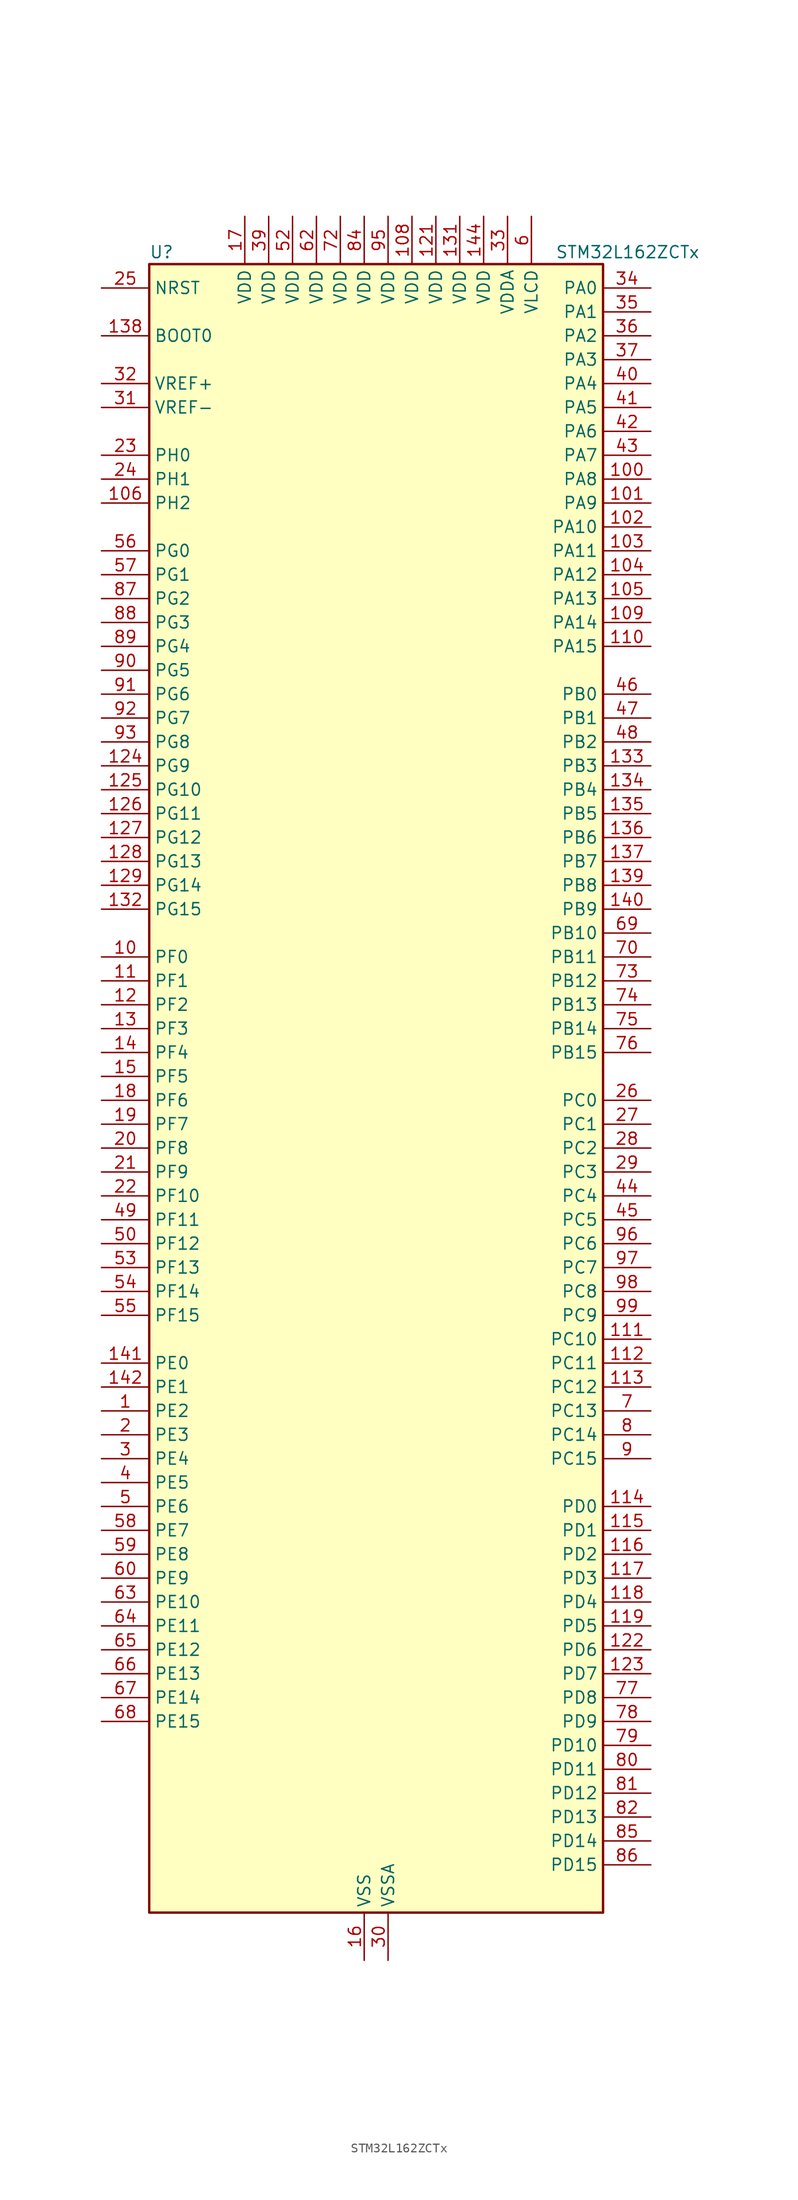
<source format=kicad_sym>
(kicad_symbol_lib
  (version 20231120)
  (generator "kicad_symbol_editor")
  (generator_version "8.0")
  (symbol "STM32L162ZCTx"
    (property "Reference" "U"
      (at -22.86 90.17 0)
      (effects (font (size 1.27 1.27)) (justify left)))
    (property "Value" "STM32L162ZCTx"
      (at 20.32 90.17 0)
      (effects (font (size 1.27 1.27)) (justify left)))
    (property "ki_locked" ""
      (at 0 0 0)
      (effects (font (size 1.27 1.27))))
    (symbol "STM32L162ZCTx_0_1"
      (rectangle (start -22.86 -86.36) (end 25.4 88.9) (stroke (width 0.254) (type default)) (fill (type background))))
    (symbol "STM32L162ZCTx_1_1"
      (pin bidirectional line (at -27.94 -33.02 0) (length 5.08) (name "PE2" (effects (font (size 1.27 1.27)))) (number "1" (effects (font (size 1.27 1.27)))) (alternate "LCD_SEG38" bidirectional line) (alternate "SYS_TRACECK" bidirectional line) (alternate "TIM3_ETR" bidirectional line) (alternate "TIMX_IC3" bidirectional line))
      (pin bidirectional line (at -27.94 15.24 0) (length 5.08) (name "PF0" (effects (font (size 1.27 1.27)))) (number "10" (effects (font (size 1.27 1.27)))))
      (pin bidirectional line (at 30.48 66.04 180) (length 5.08) (name "PA8" (effects (font (size 1.27 1.27)))) (number "100" (effects (font (size 1.27 1.27)))) (alternate "LCD_COM0" bidirectional line) (alternate "RCC_MCO" bidirectional line) (alternate "TIMX_IC1" bidirectional line) (alternate "TS_G4_IO1" bidirectional line) (alternate "USART1_CK" bidirectional line))
      (pin bidirectional line (at 30.48 63.5 180) (length 5.08) (name "PA9" (effects (font (size 1.27 1.27)))) (number "101" (effects (font (size 1.27 1.27)))) (alternate "DAC_EXTI9" bidirectional line) (alternate "LCD_COM1" bidirectional line) (alternate "TIMX_IC2" bidirectional line) (alternate "TS_G4_IO2" bidirectional line) (alternate "USART1_TX" bidirectional line))
      (pin bidirectional line (at 30.48 60.96 180) (length 5.08) (name "PA10" (effects (font (size 1.27 1.27)))) (number "102" (effects (font (size 1.27 1.27)))) (alternate "LCD_COM2" bidirectional line) (alternate "TIMX_IC3" bidirectional line) (alternate "TS_G4_IO3" bidirectional line) (alternate "USART1_RX" bidirectional line))
      (pin bidirectional line (at 30.48 58.42 180) (length 5.08) (name "PA11" (effects (font (size 1.27 1.27)))) (number "103" (effects (font (size 1.27 1.27)))) (alternate "ADC_EXTI11" bidirectional line) (alternate "SPI1_MISO" bidirectional line) (alternate "TIMX_IC4" bidirectional line) (alternate "USART1_CTS" bidirectional line) (alternate "USB_DM" bidirectional line))
      (pin bidirectional line (at 30.48 55.88 180) (length 5.08) (name "PA12" (effects (font (size 1.27 1.27)))) (number "104" (effects (font (size 1.27 1.27)))) (alternate "SPI1_MOSI" bidirectional line) (alternate "TIMX_IC1" bidirectional line) (alternate "USART1_RTS" bidirectional line) (alternate "USB_DP" bidirectional line))
      (pin bidirectional line (at 30.48 53.34 180) (length 5.08) (name "PA13" (effects (font (size 1.27 1.27)))) (number "105" (effects (font (size 1.27 1.27)))) (alternate "SYS_JTMS-SWDIO" bidirectional line) (alternate "TIMX_IC2" bidirectional line) (alternate "TS_G5_IO1" bidirectional line))
      (pin bidirectional line (at -27.94 63.5 0) (length 5.08) (name "PH2" (effects (font (size 1.27 1.27)))) (number "106" (effects (font (size 1.27 1.27)))))
      (pin passive line (at 0 -91.44 90) (length 5.08) hide (name "VSS" (effects (font (size 1.27 1.27)))) (number "107" (effects (font (size 1.27 1.27)))))
      (pin power_in line (at 5.08 93.98 270) (length 5.08) (name "VDD" (effects (font (size 1.27 1.27)))) (number "108" (effects (font (size 1.27 1.27)))))
      (pin bidirectional line (at 30.48 50.8 180) (length 5.08) (name "PA14" (effects (font (size 1.27 1.27)))) (number "109" (effects (font (size 1.27 1.27)))) (alternate "SYS_JTCK-SWCLK" bidirectional line) (alternate "TIMX_IC3" bidirectional line) (alternate "TS_G5_IO2" bidirectional line))
      (pin bidirectional line (at -27.94 12.7 0) (length 5.08) (name "PF1" (effects (font (size 1.27 1.27)))) (number "11" (effects (font (size 1.27 1.27)))))
      (pin bidirectional line (at 30.48 48.26 180) (length 5.08) (name "PA15" (effects (font (size 1.27 1.27)))) (number "110" (effects (font (size 1.27 1.27)))) (alternate "ADC_EXTI15" bidirectional line) (alternate "I2S3_WS" bidirectional line) (alternate "LCD_SEG17" bidirectional line) (alternate "SPI1_NSS" bidirectional line) (alternate "SPI3_NSS" bidirectional line) (alternate "SYS_JTDI" bidirectional line) (alternate "TIM2_CH1" bidirectional line) (alternate "TIM2_ETR" bidirectional line) (alternate "TIMX_IC4" bidirectional line) (alternate "TS_G5_IO3" bidirectional line))
      (pin bidirectional line (at 30.48 -25.4 180) (length 5.08) (name "PC10" (effects (font (size 1.27 1.27)))) (number "111" (effects (font (size 1.27 1.27)))) (alternate "I2S3_CK" bidirectional line) (alternate "LCD_COM4" bidirectional line) (alternate "LCD_SEG28" bidirectional line) (alternate "LCD_SEG40" bidirectional line) (alternate "SPI3_SCK" bidirectional line) (alternate "TIMX_IC3" bidirectional line) (alternate "USART3_TX" bidirectional line))
      (pin bidirectional line (at 30.48 -27.94 180) (length 5.08) (name "PC11" (effects (font (size 1.27 1.27)))) (number "112" (effects (font (size 1.27 1.27)))) (alternate "ADC_EXTI11" bidirectional line) (alternate "LCD_COM5" bidirectional line) (alternate "LCD_SEG29" bidirectional line) (alternate "LCD_SEG41" bidirectional line) (alternate "SPI3_MISO" bidirectional line) (alternate "TIMX_IC4" bidirectional line) (alternate "USART3_RX" bidirectional line))
      (pin bidirectional line (at 30.48 -30.48 180) (length 5.08) (name "PC12" (effects (font (size 1.27 1.27)))) (number "113" (effects (font (size 1.27 1.27)))) (alternate "I2S3_SD" bidirectional line) (alternate "LCD_COM6" bidirectional line) (alternate "LCD_SEG30" bidirectional line) (alternate "LCD_SEG42" bidirectional line) (alternate "SPI3_MOSI" bidirectional line) (alternate "TIMX_IC1" bidirectional line) (alternate "USART3_CK" bidirectional line))
      (pin bidirectional line (at 30.48 -43.18 180) (length 5.08) (name "PD0" (effects (font (size 1.27 1.27)))) (number "114" (effects (font (size 1.27 1.27)))) (alternate "I2S2_WS" bidirectional line) (alternate "SPI2_NSS" bidirectional line) (alternate "TIM9_CH1" bidirectional line) (alternate "TIMX_IC1" bidirectional line))
      (pin bidirectional line (at 30.48 -45.72 180) (length 5.08) (name "PD1" (effects (font (size 1.27 1.27)))) (number "115" (effects (font (size 1.27 1.27)))) (alternate "I2S2_CK" bidirectional line) (alternate "SPI2_SCK" bidirectional line) (alternate "TIMX_IC2" bidirectional line))
      (pin bidirectional line (at 30.48 -48.26 180) (length 5.08) (name "PD2" (effects (font (size 1.27 1.27)))) (number "116" (effects (font (size 1.27 1.27)))) (alternate "LCD_COM7" bidirectional line) (alternate "LCD_SEG31" bidirectional line) (alternate "LCD_SEG43" bidirectional line) (alternate "TIM3_ETR" bidirectional line) (alternate "TIMX_IC3" bidirectional line))
      (pin bidirectional line (at 30.48 -50.8 180) (length 5.08) (name "PD3" (effects (font (size 1.27 1.27)))) (number "117" (effects (font (size 1.27 1.27)))) (alternate "SPI2_MISO" bidirectional line) (alternate "TIMX_IC4" bidirectional line) (alternate "USART2_CTS" bidirectional line))
      (pin bidirectional line (at 30.48 -53.34 180) (length 5.08) (name "PD4" (effects (font (size 1.27 1.27)))) (number "118" (effects (font (size 1.27 1.27)))) (alternate "I2S2_SD" bidirectional line) (alternate "SPI2_MOSI" bidirectional line) (alternate "TIMX_IC1" bidirectional line) (alternate "USART2_RTS" bidirectional line))
      (pin bidirectional line (at 30.48 -55.88 180) (length 5.08) (name "PD5" (effects (font (size 1.27 1.27)))) (number "119" (effects (font (size 1.27 1.27)))) (alternate "TIMX_IC2" bidirectional line) (alternate "USART2_TX" bidirectional line))
      (pin bidirectional line (at -27.94 10.16 0) (length 5.08) (name "PF2" (effects (font (size 1.27 1.27)))) (number "12" (effects (font (size 1.27 1.27)))))
      (pin passive line (at 0 -91.44 90) (length 5.08) hide (name "VSS" (effects (font (size 1.27 1.27)))) (number "120" (effects (font (size 1.27 1.27)))))
      (pin power_in line (at 7.62 93.98 270) (length 5.08) (name "VDD" (effects (font (size 1.27 1.27)))) (number "121" (effects (font (size 1.27 1.27)))))
      (pin bidirectional line (at 30.48 -58.42 180) (length 5.08) (name "PD6" (effects (font (size 1.27 1.27)))) (number "122" (effects (font (size 1.27 1.27)))) (alternate "TIMX_IC3" bidirectional line) (alternate "USART2_RX" bidirectional line))
      (pin bidirectional line (at 30.48 -60.96 180) (length 5.08) (name "PD7" (effects (font (size 1.27 1.27)))) (number "123" (effects (font (size 1.27 1.27)))) (alternate "TIM9_CH2" bidirectional line) (alternate "TIMX_IC4" bidirectional line) (alternate "USART2_CK" bidirectional line))
      (pin bidirectional line (at -27.94 35.56 0) (length 5.08) (name "PG9" (effects (font (size 1.27 1.27)))) (number "124" (effects (font (size 1.27 1.27)))) (alternate "DAC_EXTI9" bidirectional line))
      (pin bidirectional line (at -27.94 33.02 0) (length 5.08) (name "PG10" (effects (font (size 1.27 1.27)))) (number "125" (effects (font (size 1.27 1.27)))))
      (pin bidirectional line (at -27.94 30.48 0) (length 5.08) (name "PG11" (effects (font (size 1.27 1.27)))) (number "126" (effects (font (size 1.27 1.27)))) (alternate "ADC_EXTI11" bidirectional line))
      (pin bidirectional line (at -27.94 27.94 0) (length 5.08) (name "PG12" (effects (font (size 1.27 1.27)))) (number "127" (effects (font (size 1.27 1.27)))))
      (pin bidirectional line (at -27.94 25.4 0) (length 5.08) (name "PG13" (effects (font (size 1.27 1.27)))) (number "128" (effects (font (size 1.27 1.27)))))
      (pin bidirectional line (at -27.94 22.86 0) (length 5.08) (name "PG14" (effects (font (size 1.27 1.27)))) (number "129" (effects (font (size 1.27 1.27)))))
      (pin bidirectional line (at -27.94 7.62 0) (length 5.08) (name "PF3" (effects (font (size 1.27 1.27)))) (number "13" (effects (font (size 1.27 1.27)))))
      (pin passive line (at 0 -91.44 90) (length 5.08) hide (name "VSS" (effects (font (size 1.27 1.27)))) (number "130" (effects (font (size 1.27 1.27)))))
      (pin power_in line (at 10.16 93.98 270) (length 5.08) (name "VDD" (effects (font (size 1.27 1.27)))) (number "131" (effects (font (size 1.27 1.27)))))
      (pin bidirectional line (at -27.94 20.32 0) (length 5.08) (name "PG15" (effects (font (size 1.27 1.27)))) (number "132" (effects (font (size 1.27 1.27)))) (alternate "ADC_EXTI15" bidirectional line))
      (pin bidirectional line (at 30.48 35.56 180) (length 5.08) (name "PB3" (effects (font (size 1.27 1.27)))) (number "133" (effects (font (size 1.27 1.27)))) (alternate "COMP2_INM" bidirectional line) (alternate "I2S3_CK" bidirectional line) (alternate "LCD_SEG7" bidirectional line) (alternate "SPI1_SCK" bidirectional line) (alternate "SPI3_SCK" bidirectional line) (alternate "SYS_JTDO-TRACESWO" bidirectional line) (alternate "TIM2_CH2" bidirectional line))
      (pin bidirectional line (at 30.48 33.02 180) (length 5.08) (name "PB4" (effects (font (size 1.27 1.27)))) (number "134" (effects (font (size 1.27 1.27)))) (alternate "COMP2_INP" bidirectional line) (alternate "LCD_SEG8" bidirectional line) (alternate "SPI1_MISO" bidirectional line) (alternate "SPI3_MISO" bidirectional line) (alternate "SYS_JTRST" bidirectional line) (alternate "TIM3_CH1" bidirectional line) (alternate "TS_G6_IO1" bidirectional line))
      (pin bidirectional line (at 30.48 30.48 180) (length 5.08) (name "PB5" (effects (font (size 1.27 1.27)))) (number "135" (effects (font (size 1.27 1.27)))) (alternate "COMP2_INP" bidirectional line) (alternate "I2C1_SMBA" bidirectional line) (alternate "I2S3_SD" bidirectional line) (alternate "LCD_SEG9" bidirectional line) (alternate "SPI1_MOSI" bidirectional line) (alternate "SPI3_MOSI" bidirectional line) (alternate "TIM3_CH2" bidirectional line) (alternate "TS_G6_IO2" bidirectional line))
      (pin bidirectional line (at 30.48 27.94 180) (length 5.08) (name "PB6" (effects (font (size 1.27 1.27)))) (number "136" (effects (font (size 1.27 1.27)))) (alternate "COMP2_INP" bidirectional line) (alternate "I2C1_SCL" bidirectional line) (alternate "TIM4_CH1" bidirectional line) (alternate "TS_G6_IO3" bidirectional line) (alternate "USART1_TX" bidirectional line))
      (pin bidirectional line (at 30.48 25.4 180) (length 5.08) (name "PB7" (effects (font (size 1.27 1.27)))) (number "137" (effects (font (size 1.27 1.27)))) (alternate "COMP2_INP" bidirectional line) (alternate "I2C1_SDA" bidirectional line) (alternate "SYS_PVD_IN" bidirectional line) (alternate "TIM4_CH2" bidirectional line) (alternate "TS_G6_IO4" bidirectional line) (alternate "USART1_RX" bidirectional line))
      (pin input line (at -27.94 81.28 0) (length 5.08) (name "BOOT0" (effects (font (size 1.27 1.27)))) (number "138" (effects (font (size 1.27 1.27)))))
      (pin bidirectional line (at 30.48 22.86 180) (length 5.08) (name "PB8" (effects (font (size 1.27 1.27)))) (number "139" (effects (font (size 1.27 1.27)))) (alternate "I2C1_SCL" bidirectional line) (alternate "LCD_SEG16" bidirectional line) (alternate "TIM10_CH1" bidirectional line) (alternate "TIM4_CH3" bidirectional line))
      (pin bidirectional line (at -27.94 5.08 0) (length 5.08) (name "PF4" (effects (font (size 1.27 1.27)))) (number "14" (effects (font (size 1.27 1.27)))))
      (pin bidirectional line (at 30.48 20.32 180) (length 5.08) (name "PB9" (effects (font (size 1.27 1.27)))) (number "140" (effects (font (size 1.27 1.27)))) (alternate "DAC_EXTI9" bidirectional line) (alternate "I2C1_SDA" bidirectional line) (alternate "LCD_COM3" bidirectional line) (alternate "TIM11_CH1" bidirectional line) (alternate "TIM4_CH4" bidirectional line))
      (pin bidirectional line (at -27.94 -27.94 0) (length 5.08) (name "PE0" (effects (font (size 1.27 1.27)))) (number "141" (effects (font (size 1.27 1.27)))) (alternate "LCD_SEG36" bidirectional line) (alternate "TIM10_CH1" bidirectional line) (alternate "TIM4_ETR" bidirectional line) (alternate "TIMX_IC1" bidirectional line))
      (pin bidirectional line (at -27.94 -30.48 0) (length 5.08) (name "PE1" (effects (font (size 1.27 1.27)))) (number "142" (effects (font (size 1.27 1.27)))) (alternate "LCD_SEG37" bidirectional line) (alternate "TIM11_CH1" bidirectional line) (alternate "TIMX_IC2" bidirectional line))
      (pin passive line (at 0 -91.44 90) (length 5.08) hide (name "VSS" (effects (font (size 1.27 1.27)))) (number "143" (effects (font (size 1.27 1.27)))))
      (pin power_in line (at 12.7 93.98 270) (length 5.08) (name "VDD" (effects (font (size 1.27 1.27)))) (number "144" (effects (font (size 1.27 1.27)))))
      (pin bidirectional line (at -27.94 2.54 0) (length 5.08) (name "PF5" (effects (font (size 1.27 1.27)))) (number "15" (effects (font (size 1.27 1.27)))))
      (pin power_in line (at 0 -91.44 90) (length 5.08) (name "VSS" (effects (font (size 1.27 1.27)))) (number "16" (effects (font (size 1.27 1.27)))))
      (pin power_in line (at -12.7 93.98 270) (length 5.08) (name "VDD" (effects (font (size 1.27 1.27)))) (number "17" (effects (font (size 1.27 1.27)))))
      (pin bidirectional line (at -27.94 0 0) (length 5.08) (name "PF6" (effects (font (size 1.27 1.27)))) (number "18" (effects (font (size 1.27 1.27)))) (alternate "ADC_IN27" bidirectional line) (alternate "TIM5_CH1" bidirectional line) (alternate "TIM5_ETR" bidirectional line) (alternate "TS_G11_IO1" bidirectional line))
      (pin bidirectional line (at -27.94 -2.54 0) (length 5.08) (name "PF7" (effects (font (size 1.27 1.27)))) (number "19" (effects (font (size 1.27 1.27)))) (alternate "ADC_IN28" bidirectional line) (alternate "COMP1_INP" bidirectional line) (alternate "TIM5_CH2" bidirectional line) (alternate "TS_G11_IO2" bidirectional line))
      (pin bidirectional line (at -27.94 -35.56 0) (length 5.08) (name "PE3" (effects (font (size 1.27 1.27)))) (number "2" (effects (font (size 1.27 1.27)))) (alternate "LCD_SEG39" bidirectional line) (alternate "SYS_TRACED0" bidirectional line) (alternate "TIM3_CH1" bidirectional line) (alternate "TIMX_IC4" bidirectional line))
      (pin bidirectional line (at -27.94 -5.08 0) (length 5.08) (name "PF8" (effects (font (size 1.27 1.27)))) (number "20" (effects (font (size 1.27 1.27)))) (alternate "ADC_IN29" bidirectional line) (alternate "COMP1_INP" bidirectional line) (alternate "TIM5_CH3" bidirectional line) (alternate "TS_G11_IO3" bidirectional line))
      (pin bidirectional line (at -27.94 -7.62 0) (length 5.08) (name "PF9" (effects (font (size 1.27 1.27)))) (number "21" (effects (font (size 1.27 1.27)))) (alternate "ADC_IN30" bidirectional line) (alternate "COMP1_INP" bidirectional line) (alternate "DAC_EXTI9" bidirectional line) (alternate "TIM5_CH4" bidirectional line) (alternate "TS_G11_IO4" bidirectional line))
      (pin bidirectional line (at -27.94 -10.16 0) (length 5.08) (name "PF10" (effects (font (size 1.27 1.27)))) (number "22" (effects (font (size 1.27 1.27)))) (alternate "ADC_IN31" bidirectional line) (alternate "COMP1_INP" bidirectional line) (alternate "TS_G11_IO5" bidirectional line))
      (pin bidirectional line (at -27.94 68.58 0) (length 5.08) (name "PH0" (effects (font (size 1.27 1.27)))) (number "23" (effects (font (size 1.27 1.27)))) (alternate "RCC_OSC_IN" bidirectional line))
      (pin bidirectional line (at -27.94 66.04 0) (length 5.08) (name "PH1" (effects (font (size 1.27 1.27)))) (number "24" (effects (font (size 1.27 1.27)))) (alternate "RCC_OSC_OUT" bidirectional line))
      (pin input line (at -27.94 86.36 0) (length 5.08) (name "NRST" (effects (font (size 1.27 1.27)))) (number "25" (effects (font (size 1.27 1.27)))))
      (pin bidirectional line (at 30.48 0 180) (length 5.08) (name "PC0" (effects (font (size 1.27 1.27)))) (number "26" (effects (font (size 1.27 1.27)))) (alternate "ADC_IN10" bidirectional line) (alternate "COMP1_INP" bidirectional line) (alternate "LCD_SEG18" bidirectional line) (alternate "TIMX_IC1" bidirectional line) (alternate "TS_G8_IO1" bidirectional line))
      (pin bidirectional line (at 30.48 -2.54 180) (length 5.08) (name "PC1" (effects (font (size 1.27 1.27)))) (number "27" (effects (font (size 1.27 1.27)))) (alternate "ADC_IN11" bidirectional line) (alternate "COMP1_INP" bidirectional line) (alternate "LCD_SEG19" bidirectional line) (alternate "TIMX_IC2" bidirectional line) (alternate "TS_G8_IO2" bidirectional line))
      (pin bidirectional line (at 30.48 -5.08 180) (length 5.08) (name "PC2" (effects (font (size 1.27 1.27)))) (number "28" (effects (font (size 1.27 1.27)))) (alternate "ADC_IN12" bidirectional line) (alternate "COMP1_INP" bidirectional line) (alternate "LCD_SEG20" bidirectional line) (alternate "TIMX_IC3" bidirectional line) (alternate "TS_G8_IO3" bidirectional line))
      (pin bidirectional line (at 30.48 -7.62 180) (length 5.08) (name "PC3" (effects (font (size 1.27 1.27)))) (number "29" (effects (font (size 1.27 1.27)))) (alternate "ADC_IN13" bidirectional line) (alternate "COMP1_INP" bidirectional line) (alternate "LCD_SEG21" bidirectional line) (alternate "TIMX_IC4" bidirectional line) (alternate "TS_G8_IO4" bidirectional line))
      (pin bidirectional line (at -27.94 -38.1 0) (length 5.08) (name "PE4" (effects (font (size 1.27 1.27)))) (number "3" (effects (font (size 1.27 1.27)))) (alternate "SYS_TRACED1" bidirectional line) (alternate "TIM3_CH2" bidirectional line) (alternate "TIMX_IC1" bidirectional line))
      (pin power_in line (at 2.54 -91.44 90) (length 5.08) (name "VSSA" (effects (font (size 1.27 1.27)))) (number "30" (effects (font (size 1.27 1.27)))))
      (pin input line (at -27.94 73.66 0) (length 5.08) (name "VREF-" (effects (font (size 1.27 1.27)))) (number "31" (effects (font (size 1.27 1.27)))))
      (pin input line (at -27.94 76.2 0) (length 5.08) (name "VREF+" (effects (font (size 1.27 1.27)))) (number "32" (effects (font (size 1.27 1.27)))))
      (pin power_in line (at 15.24 93.98 270) (length 5.08) (name "VDDA" (effects (font (size 1.27 1.27)))) (number "33" (effects (font (size 1.27 1.27)))))
      (pin bidirectional line (at 30.48 86.36 180) (length 5.08) (name "PA0" (effects (font (size 1.27 1.27)))) (number "34" (effects (font (size 1.27 1.27)))) (alternate "ADC_IN0" bidirectional line) (alternate "COMP1_INP" bidirectional line) (alternate "RTC_TAMP2" bidirectional line) (alternate "SYS_WKUP1" bidirectional line) (alternate "TIM2_CH1" bidirectional line) (alternate "TIM2_ETR" bidirectional line) (alternate "TIM5_CH1" bidirectional line) (alternate "TIMX_IC1" bidirectional line) (alternate "TS_G1_IO1" bidirectional line) (alternate "USART2_CTS" bidirectional line))
      (pin bidirectional line (at 30.48 83.82 180) (length 5.08) (name "PA1" (effects (font (size 1.27 1.27)))) (number "35" (effects (font (size 1.27 1.27)))) (alternate "ADC_IN1" bidirectional line) (alternate "COMP1_INP" bidirectional line) (alternate "LCD_SEG0" bidirectional line) (alternate "OPAMP1_VINP" bidirectional line) (alternate "TIM2_CH2" bidirectional line) (alternate "TIM5_CH2" bidirectional line) (alternate "TIMX_IC2" bidirectional line) (alternate "TS_G1_IO2" bidirectional line) (alternate "USART2_RTS" bidirectional line))
      (pin bidirectional line (at 30.48 81.28 180) (length 5.08) (name "PA2" (effects (font (size 1.27 1.27)))) (number "36" (effects (font (size 1.27 1.27)))) (alternate "ADC_IN2" bidirectional line) (alternate "COMP1_INP" bidirectional line) (alternate "LCD_SEG1" bidirectional line) (alternate "OPAMP1_VINM" bidirectional line) (alternate "TIM2_CH3" bidirectional line) (alternate "TIM5_CH3" bidirectional line) (alternate "TIM9_CH1" bidirectional line) (alternate "TIMX_IC3" bidirectional line) (alternate "TS_G1_IO3" bidirectional line) (alternate "USART2_TX" bidirectional line))
      (pin bidirectional line (at 30.48 78.74 180) (length 5.08) (name "PA3" (effects (font (size 1.27 1.27)))) (number "37" (effects (font (size 1.27 1.27)))) (alternate "ADC_IN3" bidirectional line) (alternate "COMP1_INP" bidirectional line) (alternate "LCD_SEG2" bidirectional line) (alternate "OPAMP1_VOUT" bidirectional line) (alternate "TIM2_CH4" bidirectional line) (alternate "TIM5_CH4" bidirectional line) (alternate "TIM9_CH2" bidirectional line) (alternate "TIMX_IC4" bidirectional line) (alternate "TS_G1_IO4" bidirectional line) (alternate "USART2_RX" bidirectional line))
      (pin passive line (at 0 -91.44 90) (length 5.08) hide (name "VSS" (effects (font (size 1.27 1.27)))) (number "38" (effects (font (size 1.27 1.27)))))
      (pin power_in line (at -10.16 93.98 270) (length 5.08) (name "VDD" (effects (font (size 1.27 1.27)))) (number "39" (effects (font (size 1.27 1.27)))))
      (pin bidirectional line (at -27.94 -40.64 0) (length 5.08) (name "PE5" (effects (font (size 1.27 1.27)))) (number "4" (effects (font (size 1.27 1.27)))) (alternate "SYS_TRACED2" bidirectional line) (alternate "TIM9_CH1" bidirectional line) (alternate "TIMX_IC2" bidirectional line))
      (pin bidirectional line (at 30.48 76.2 180) (length 5.08) (name "PA4" (effects (font (size 1.27 1.27)))) (number "40" (effects (font (size 1.27 1.27)))) (alternate "ADC_IN4" bidirectional line) (alternate "COMP1_INP" bidirectional line) (alternate "DAC_OUT1" bidirectional line) (alternate "I2S3_WS" bidirectional line) (alternate "SPI1_NSS" bidirectional line) (alternate "SPI3_NSS" bidirectional line) (alternate "TIMX_IC1" bidirectional line) (alternate "USART2_CK" bidirectional line))
      (pin bidirectional line (at 30.48 73.66 180) (length 5.08) (name "PA5" (effects (font (size 1.27 1.27)))) (number "41" (effects (font (size 1.27 1.27)))) (alternate "ADC_IN5" bidirectional line) (alternate "COMP1_INP" bidirectional line) (alternate "DAC_OUT2" bidirectional line) (alternate "SPI1_SCK" bidirectional line) (alternate "TIM2_CH1" bidirectional line) (alternate "TIM2_ETR" bidirectional line) (alternate "TIMX_IC2" bidirectional line))
      (pin bidirectional line (at 30.48 71.12 180) (length 5.08) (name "PA6" (effects (font (size 1.27 1.27)))) (number "42" (effects (font (size 1.27 1.27)))) (alternate "ADC_IN6" bidirectional line) (alternate "COMP1_INP" bidirectional line) (alternate "LCD_SEG3" bidirectional line) (alternate "OPAMP2_VINP" bidirectional line) (alternate "SPI1_MISO" bidirectional line) (alternate "TIM10_CH1" bidirectional line) (alternate "TIM3_CH1" bidirectional line) (alternate "TIMX_IC3" bidirectional line) (alternate "TS_G2_IO1" bidirectional line))
      (pin bidirectional line (at 30.48 68.58 180) (length 5.08) (name "PA7" (effects (font (size 1.27 1.27)))) (number "43" (effects (font (size 1.27 1.27)))) (alternate "ADC_IN7" bidirectional line) (alternate "COMP1_INP" bidirectional line) (alternate "LCD_SEG4" bidirectional line) (alternate "OPAMP2_VINM" bidirectional line) (alternate "SPI1_MOSI" bidirectional line) (alternate "TIM11_CH1" bidirectional line) (alternate "TIM3_CH2" bidirectional line) (alternate "TIMX_IC4" bidirectional line) (alternate "TS_G2_IO2" bidirectional line))
      (pin bidirectional line (at 30.48 -10.16 180) (length 5.08) (name "PC4" (effects (font (size 1.27 1.27)))) (number "44" (effects (font (size 1.27 1.27)))) (alternate "ADC_IN14" bidirectional line) (alternate "COMP1_INP" bidirectional line) (alternate "LCD_SEG22" bidirectional line) (alternate "TIMX_IC1" bidirectional line) (alternate "TS_G9_IO1" bidirectional line))
      (pin bidirectional line (at 30.48 -12.7 180) (length 5.08) (name "PC5" (effects (font (size 1.27 1.27)))) (number "45" (effects (font (size 1.27 1.27)))) (alternate "ADC_IN15" bidirectional line) (alternate "COMP1_INP" bidirectional line) (alternate "LCD_SEG23" bidirectional line) (alternate "TIMX_IC2" bidirectional line) (alternate "TS_G9_IO2" bidirectional line))
      (pin bidirectional line (at 30.48 43.18 180) (length 5.08) (name "PB0" (effects (font (size 1.27 1.27)))) (number "46" (effects (font (size 1.27 1.27)))) (alternate "ADC_IN8" bidirectional line) (alternate "COMP1_INP" bidirectional line) (alternate "LCD_SEG5" bidirectional line) (alternate "OPAMP2_VOUT" bidirectional line) (alternate "SYS_V_REF_OUT" bidirectional line) (alternate "TIM3_CH3" bidirectional line) (alternate "TS_G3_IO1" bidirectional line))
      (pin bidirectional line (at 30.48 40.64 180) (length 5.08) (name "PB1" (effects (font (size 1.27 1.27)))) (number "47" (effects (font (size 1.27 1.27)))) (alternate "ADC_IN9" bidirectional line) (alternate "COMP1_INP" bidirectional line) (alternate "LCD_SEG6" bidirectional line) (alternate "SYS_V_REF_OUT" bidirectional line) (alternate "TIM3_CH4" bidirectional line) (alternate "TS_G3_IO2" bidirectional line))
      (pin bidirectional line (at 30.48 38.1 180) (length 5.08) (name "PB2" (effects (font (size 1.27 1.27)))) (number "48" (effects (font (size 1.27 1.27)))) (alternate "ADC_IN0b" bidirectional line) (alternate "TS_G3_IO3" bidirectional line))
      (pin bidirectional line (at -27.94 -12.7 0) (length 5.08) (name "PF11" (effects (font (size 1.27 1.27)))) (number "49" (effects (font (size 1.27 1.27)))) (alternate "ADC_EXTI11" bidirectional line) (alternate "ADC_IN1b" bidirectional line) (alternate "TS_G3_IO4" bidirectional line))
      (pin bidirectional line (at -27.94 -43.18 0) (length 5.08) (name "PE6" (effects (font (size 1.27 1.27)))) (number "5" (effects (font (size 1.27 1.27)))) (alternate "RTC_TAMP3" bidirectional line) (alternate "SYS_TRACED3" bidirectional line) (alternate "SYS_WKUP3" bidirectional line) (alternate "TIM9_CH2" bidirectional line) (alternate "TIMX_IC3" bidirectional line))
      (pin bidirectional line (at -27.94 -15.24 0) (length 5.08) (name "PF12" (effects (font (size 1.27 1.27)))) (number "50" (effects (font (size 1.27 1.27)))) (alternate "ADC_IN2b" bidirectional line) (alternate "TS_G3_IO5" bidirectional line))
      (pin passive line (at 0 -91.44 90) (length 5.08) hide (name "VSS" (effects (font (size 1.27 1.27)))) (number "51" (effects (font (size 1.27 1.27)))))
      (pin power_in line (at -7.62 93.98 270) (length 5.08) (name "VDD" (effects (font (size 1.27 1.27)))) (number "52" (effects (font (size 1.27 1.27)))))
      (pin bidirectional line (at -27.94 -17.78 0) (length 5.08) (name "PF13" (effects (font (size 1.27 1.27)))) (number "53" (effects (font (size 1.27 1.27)))) (alternate "ADC_IN3b" bidirectional line) (alternate "TS_G9_IO3" bidirectional line))
      (pin bidirectional line (at -27.94 -20.32 0) (length 5.08) (name "PF14" (effects (font (size 1.27 1.27)))) (number "54" (effects (font (size 1.27 1.27)))) (alternate "ADC_IN6b" bidirectional line) (alternate "TS_G9_IO4" bidirectional line))
      (pin bidirectional line (at -27.94 -22.86 0) (length 5.08) (name "PF15" (effects (font (size 1.27 1.27)))) (number "55" (effects (font (size 1.27 1.27)))) (alternate "ADC_EXTI15" bidirectional line) (alternate "ADC_IN7b" bidirectional line) (alternate "TS_G2_IO3" bidirectional line))
      (pin bidirectional line (at -27.94 58.42 0) (length 5.08) (name "PG0" (effects (font (size 1.27 1.27)))) (number "56" (effects (font (size 1.27 1.27)))) (alternate "ADC_IN8b" bidirectional line) (alternate "TS_G2_IO4" bidirectional line))
      (pin bidirectional line (at -27.94 55.88 0) (length 5.08) (name "PG1" (effects (font (size 1.27 1.27)))) (number "57" (effects (font (size 1.27 1.27)))) (alternate "ADC_IN9b" bidirectional line) (alternate "TS_G2_IO5" bidirectional line))
      (pin bidirectional line (at -27.94 -45.72 0) (length 5.08) (name "PE7" (effects (font (size 1.27 1.27)))) (number "58" (effects (font (size 1.27 1.27)))) (alternate "ADC_IN22" bidirectional line) (alternate "COMP1_INP" bidirectional line) (alternate "TIMX_IC4" bidirectional line))
      (pin bidirectional line (at -27.94 -48.26 0) (length 5.08) (name "PE8" (effects (font (size 1.27 1.27)))) (number "59" (effects (font (size 1.27 1.27)))) (alternate "ADC_IN23" bidirectional line) (alternate "COMP1_INP" bidirectional line) (alternate "TIMX_IC1" bidirectional line))
      (pin power_in line (at 17.78 93.98 270) (length 5.08) (name "VLCD" (effects (font (size 1.27 1.27)))) (number "6" (effects (font (size 1.27 1.27)))))
      (pin bidirectional line (at -27.94 -50.8 0) (length 5.08) (name "PE9" (effects (font (size 1.27 1.27)))) (number "60" (effects (font (size 1.27 1.27)))) (alternate "ADC_IN24" bidirectional line) (alternate "COMP1_INP" bidirectional line) (alternate "DAC_EXTI9" bidirectional line) (alternate "TIM2_CH1" bidirectional line) (alternate "TIM2_ETR" bidirectional line) (alternate "TIMX_IC2" bidirectional line))
      (pin passive line (at 0 -91.44 90) (length 5.08) hide (name "VSS" (effects (font (size 1.27 1.27)))) (number "61" (effects (font (size 1.27 1.27)))))
      (pin power_in line (at -5.08 93.98 270) (length 5.08) (name "VDD" (effects (font (size 1.27 1.27)))) (number "62" (effects (font (size 1.27 1.27)))))
      (pin bidirectional line (at -27.94 -53.34 0) (length 5.08) (name "PE10" (effects (font (size 1.27 1.27)))) (number "63" (effects (font (size 1.27 1.27)))) (alternate "ADC_IN25" bidirectional line) (alternate "COMP1_INP" bidirectional line) (alternate "TIM2_CH2" bidirectional line) (alternate "TIMX_IC3" bidirectional line))
      (pin bidirectional line (at -27.94 -55.88 0) (length 5.08) (name "PE11" (effects (font (size 1.27 1.27)))) (number "64" (effects (font (size 1.27 1.27)))) (alternate "ADC_EXTI11" bidirectional line) (alternate "TIM2_CH3" bidirectional line) (alternate "TIMX_IC4" bidirectional line))
      (pin bidirectional line (at -27.94 -58.42 0) (length 5.08) (name "PE12" (effects (font (size 1.27 1.27)))) (number "65" (effects (font (size 1.27 1.27)))) (alternate "SPI1_NSS" bidirectional line) (alternate "TIM2_CH4" bidirectional line) (alternate "TIMX_IC1" bidirectional line))
      (pin bidirectional line (at -27.94 -60.96 0) (length 5.08) (name "PE13" (effects (font (size 1.27 1.27)))) (number "66" (effects (font (size 1.27 1.27)))) (alternate "SPI1_SCK" bidirectional line) (alternate "TIMX_IC2" bidirectional line))
      (pin bidirectional line (at -27.94 -63.5 0) (length 5.08) (name "PE14" (effects (font (size 1.27 1.27)))) (number "67" (effects (font (size 1.27 1.27)))) (alternate "SPI1_MISO" bidirectional line) (alternate "TIMX_IC3" bidirectional line))
      (pin bidirectional line (at -27.94 -66.04 0) (length 5.08) (name "PE15" (effects (font (size 1.27 1.27)))) (number "68" (effects (font (size 1.27 1.27)))) (alternate "ADC_EXTI15" bidirectional line) (alternate "SPI1_MOSI" bidirectional line) (alternate "TIMX_IC4" bidirectional line))
      (pin bidirectional line (at 30.48 17.78 180) (length 5.08) (name "PB10" (effects (font (size 1.27 1.27)))) (number "69" (effects (font (size 1.27 1.27)))) (alternate "I2C2_SCL" bidirectional line) (alternate "LCD_SEG10" bidirectional line) (alternate "TIM2_CH3" bidirectional line) (alternate "USART3_TX" bidirectional line))
      (pin bidirectional line (at 30.48 -33.02 180) (length 5.08) (name "PC13" (effects (font (size 1.27 1.27)))) (number "7" (effects (font (size 1.27 1.27)))) (alternate "RTC_OUT_ALARM" bidirectional line) (alternate "RTC_OUT_CALIB" bidirectional line) (alternate "RTC_TAMP1" bidirectional line) (alternate "RTC_TS" bidirectional line) (alternate "SYS_WKUP2" bidirectional line) (alternate "TIMX_IC2" bidirectional line))
      (pin bidirectional line (at 30.48 15.24 180) (length 5.08) (name "PB11" (effects (font (size 1.27 1.27)))) (number "70" (effects (font (size 1.27 1.27)))) (alternate "ADC_EXTI11" bidirectional line) (alternate "I2C2_SDA" bidirectional line) (alternate "LCD_SEG11" bidirectional line) (alternate "TIM2_CH4" bidirectional line) (alternate "USART3_RX" bidirectional line))
      (pin passive line (at 0 -91.44 90) (length 5.08) hide (name "VSS" (effects (font (size 1.27 1.27)))) (number "71" (effects (font (size 1.27 1.27)))))
      (pin power_in line (at -2.54 93.98 270) (length 5.08) (name "VDD" (effects (font (size 1.27 1.27)))) (number "72" (effects (font (size 1.27 1.27)))))
      (pin bidirectional line (at 30.48 12.7 180) (length 5.08) (name "PB12" (effects (font (size 1.27 1.27)))) (number "73" (effects (font (size 1.27 1.27)))) (alternate "ADC_IN18" bidirectional line) (alternate "COMP1_INP" bidirectional line) (alternate "I2C2_SMBA" bidirectional line) (alternate "I2S2_WS" bidirectional line) (alternate "LCD_SEG12" bidirectional line) (alternate "SPI2_NSS" bidirectional line) (alternate "TIM10_CH1" bidirectional line) (alternate "TS_G7_IO1" bidirectional line) (alternate "USART3_CK" bidirectional line))
      (pin bidirectional line (at 30.48 10.16 180) (length 5.08) (name "PB13" (effects (font (size 1.27 1.27)))) (number "74" (effects (font (size 1.27 1.27)))) (alternate "ADC_IN19" bidirectional line) (alternate "COMP1_INP" bidirectional line) (alternate "I2S2_CK" bidirectional line) (alternate "LCD_SEG13" bidirectional line) (alternate "SPI2_SCK" bidirectional line) (alternate "TIM9_CH1" bidirectional line) (alternate "TS_G7_IO2" bidirectional line) (alternate "USART3_CTS" bidirectional line))
      (pin bidirectional line (at 30.48 7.62 180) (length 5.08) (name "PB14" (effects (font (size 1.27 1.27)))) (number "75" (effects (font (size 1.27 1.27)))) (alternate "ADC_IN20" bidirectional line) (alternate "COMP1_INP" bidirectional line) (alternate "LCD_SEG14" bidirectional line) (alternate "SPI2_MISO" bidirectional line) (alternate "TIM9_CH2" bidirectional line) (alternate "TS_G7_IO3" bidirectional line) (alternate "USART3_RTS" bidirectional line))
      (pin bidirectional line (at 30.48 5.08 180) (length 5.08) (name "PB15" (effects (font (size 1.27 1.27)))) (number "76" (effects (font (size 1.27 1.27)))) (alternate "ADC_EXTI15" bidirectional line) (alternate "ADC_IN21" bidirectional line) (alternate "COMP1_INP" bidirectional line) (alternate "I2S2_SD" bidirectional line) (alternate "LCD_SEG15" bidirectional line) (alternate "RTC_REFIN" bidirectional line) (alternate "SPI2_MOSI" bidirectional line) (alternate "TIM11_CH1" bidirectional line) (alternate "TS_G7_IO4" bidirectional line))
      (pin bidirectional line (at 30.48 -63.5 180) (length 5.08) (name "PD8" (effects (font (size 1.27 1.27)))) (number "77" (effects (font (size 1.27 1.27)))) (alternate "LCD_SEG28" bidirectional line) (alternate "TIMX_IC1" bidirectional line) (alternate "USART3_TX" bidirectional line))
      (pin bidirectional line (at 30.48 -66.04 180) (length 5.08) (name "PD9" (effects (font (size 1.27 1.27)))) (number "78" (effects (font (size 1.27 1.27)))) (alternate "DAC_EXTI9" bidirectional line) (alternate "LCD_SEG29" bidirectional line) (alternate "TIMX_IC2" bidirectional line) (alternate "USART3_RX" bidirectional line))
      (pin bidirectional line (at 30.48 -68.58 180) (length 5.08) (name "PD10" (effects (font (size 1.27 1.27)))) (number "79" (effects (font (size 1.27 1.27)))) (alternate "LCD_SEG30" bidirectional line) (alternate "TIMX_IC3" bidirectional line) (alternate "USART3_CK" bidirectional line))
      (pin bidirectional line (at 30.48 -35.56 180) (length 5.08) (name "PC14" (effects (font (size 1.27 1.27)))) (number "8" (effects (font (size 1.27 1.27)))) (alternate "RCC_OSC32_IN" bidirectional line) (alternate "TIMX_IC3" bidirectional line))
      (pin bidirectional line (at 30.48 -71.12 180) (length 5.08) (name "PD11" (effects (font (size 1.27 1.27)))) (number "80" (effects (font (size 1.27 1.27)))) (alternate "ADC_EXTI11" bidirectional line) (alternate "LCD_SEG31" bidirectional line) (alternate "TIMX_IC4" bidirectional line) (alternate "USART3_CTS" bidirectional line))
      (pin bidirectional line (at 30.48 -73.66 180) (length 5.08) (name "PD12" (effects (font (size 1.27 1.27)))) (number "81" (effects (font (size 1.27 1.27)))) (alternate "LCD_SEG32" bidirectional line) (alternate "TIM4_CH1" bidirectional line) (alternate "TIMX_IC1" bidirectional line) (alternate "USART3_RTS" bidirectional line))
      (pin bidirectional line (at 30.48 -76.2 180) (length 5.08) (name "PD13" (effects (font (size 1.27 1.27)))) (number "82" (effects (font (size 1.27 1.27)))) (alternate "LCD_SEG33" bidirectional line) (alternate "TIM4_CH2" bidirectional line) (alternate "TIMX_IC2" bidirectional line))
      (pin passive line (at 0 -91.44 90) (length 5.08) hide (name "VSS" (effects (font (size 1.27 1.27)))) (number "83" (effects (font (size 1.27 1.27)))))
      (pin power_in line (at 0 93.98 270) (length 5.08) (name "VDD" (effects (font (size 1.27 1.27)))) (number "84" (effects (font (size 1.27 1.27)))))
      (pin bidirectional line (at 30.48 -78.74 180) (length 5.08) (name "PD14" (effects (font (size 1.27 1.27)))) (number "85" (effects (font (size 1.27 1.27)))) (alternate "LCD_SEG34" bidirectional line) (alternate "TIM4_CH3" bidirectional line) (alternate "TIMX_IC3" bidirectional line))
      (pin bidirectional line (at 30.48 -81.28 180) (length 5.08) (name "PD15" (effects (font (size 1.27 1.27)))) (number "86" (effects (font (size 1.27 1.27)))) (alternate "ADC_EXTI15" bidirectional line) (alternate "LCD_SEG35" bidirectional line) (alternate "TIM4_CH4" bidirectional line) (alternate "TIMX_IC4" bidirectional line))
      (pin bidirectional line (at -27.94 53.34 0) (length 5.08) (name "PG2" (effects (font (size 1.27 1.27)))) (number "87" (effects (font (size 1.27 1.27)))) (alternate "ADC_IN10b" bidirectional line) (alternate "TS_G7_IO5" bidirectional line))
      (pin bidirectional line (at -27.94 50.8 0) (length 5.08) (name "PG3" (effects (font (size 1.27 1.27)))) (number "88" (effects (font (size 1.27 1.27)))) (alternate "ADC_IN11b" bidirectional line) (alternate "TS_G7_IO6" bidirectional line))
      (pin bidirectional line (at -27.94 48.26 0) (length 5.08) (name "PG4" (effects (font (size 1.27 1.27)))) (number "89" (effects (font (size 1.27 1.27)))) (alternate "ADC_IN12b" bidirectional line) (alternate "TS_G7_IO7" bidirectional line))
      (pin bidirectional line (at 30.48 -38.1 180) (length 5.08) (name "PC15" (effects (font (size 1.27 1.27)))) (number "9" (effects (font (size 1.27 1.27)))) (alternate "ADC_EXTI15" bidirectional line) (alternate "RCC_OSC32_OUT" bidirectional line) (alternate "TIMX_IC4" bidirectional line))
      (pin bidirectional line (at -27.94 45.72 0) (length 5.08) (name "PG5" (effects (font (size 1.27 1.27)))) (number "90" (effects (font (size 1.27 1.27)))))
      (pin bidirectional line (at -27.94 43.18 0) (length 5.08) (name "PG6" (effects (font (size 1.27 1.27)))) (number "91" (effects (font (size 1.27 1.27)))))
      (pin bidirectional line (at -27.94 40.64 0) (length 5.08) (name "PG7" (effects (font (size 1.27 1.27)))) (number "92" (effects (font (size 1.27 1.27)))))
      (pin bidirectional line (at -27.94 38.1 0) (length 5.08) (name "PG8" (effects (font (size 1.27 1.27)))) (number "93" (effects (font (size 1.27 1.27)))))
      (pin passive line (at 0 -91.44 90) (length 5.08) hide (name "VSS" (effects (font (size 1.27 1.27)))) (number "94" (effects (font (size 1.27 1.27)))))
      (pin power_in line (at 2.54 93.98 270) (length 5.08) (name "VDD" (effects (font (size 1.27 1.27)))) (number "95" (effects (font (size 1.27 1.27)))))
      (pin bidirectional line (at 30.48 -15.24 180) (length 5.08) (name "PC6" (effects (font (size 1.27 1.27)))) (number "96" (effects (font (size 1.27 1.27)))) (alternate "I2S2_MCK" bidirectional line) (alternate "LCD_SEG24" bidirectional line) (alternate "TIM3_CH1" bidirectional line) (alternate "TIMX_IC3" bidirectional line) (alternate "TS_G10_IO1" bidirectional line))
      (pin bidirectional line (at 30.48 -17.78 180) (length 5.08) (name "PC7" (effects (font (size 1.27 1.27)))) (number "97" (effects (font (size 1.27 1.27)))) (alternate "I2S3_MCK" bidirectional line) (alternate "LCD_SEG25" bidirectional line) (alternate "TIM3_CH2" bidirectional line) (alternate "TIMX_IC4" bidirectional line) (alternate "TS_G10_IO2" bidirectional line))
      (pin bidirectional line (at 30.48 -20.32 180) (length 5.08) (name "PC8" (effects (font (size 1.27 1.27)))) (number "98" (effects (font (size 1.27 1.27)))) (alternate "LCD_SEG26" bidirectional line) (alternate "TIM3_CH3" bidirectional line) (alternate "TIMX_IC1" bidirectional line) (alternate "TS_G10_IO3" bidirectional line))
      (pin bidirectional line (at 30.48 -22.86 180) (length 5.08) (name "PC9" (effects (font (size 1.27 1.27)))) (number "99" (effects (font (size 1.27 1.27)))) (alternate "DAC_EXTI9" bidirectional line) (alternate "LCD_SEG27" bidirectional line) (alternate "TIM3_CH4" bidirectional line) (alternate "TIMX_IC2" bidirectional line) (alternate "TS_G10_IO4" bidirectional line)))))
</source>
